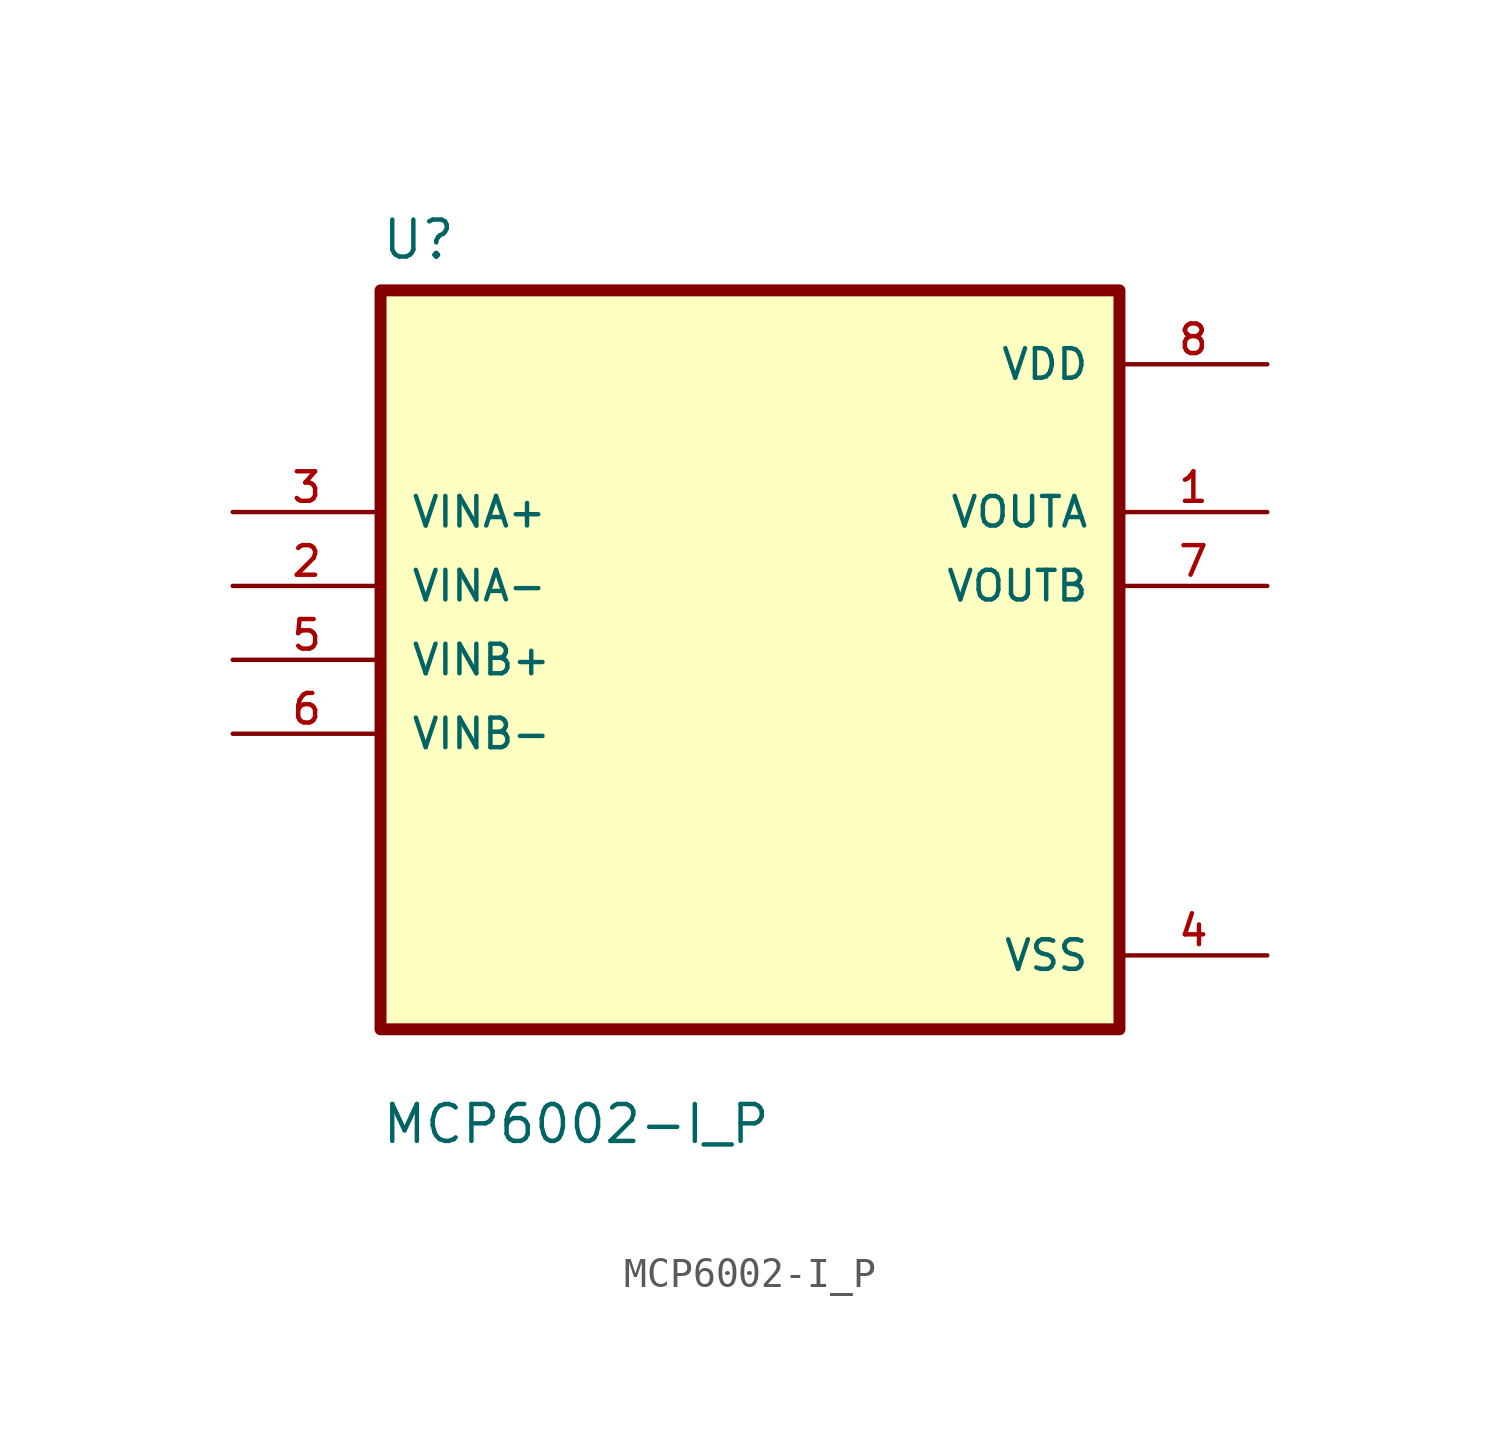
<source format=kicad_sym>
(kicad_symbol_lib
  (version 20211014)
  (generator kicad_symbol_editor)
  (symbol "MCP6002-I_P"
    (pin_names
      (offset 1.016))
    (property "Reference" "U"
      (at -12.7 13.7 0.0)
      (effects (font (size 1.27 1.27)) (justify bottom left)))
    (property "Value" "MCP6002-I_P"
      (at -12.7 -16.7 0.0)
      (effects (font (size 1.27 1.27)) (justify bottom left)))
    (symbol "MCP6002-I_P_0_0"
      (rectangle (start -12.7 -12.7) (end 12.7 12.7) (stroke (width 0.41)) (fill (type background)))
      (pin input line (at -17.78 5.08 0) (length 5.08) (name "VINA+" (effects (font (size 1.016 1.016)))) (number "3" (effects (font (size 1.016 1.016)))))
      (pin input line (at -17.78 2.54 0) (length 5.08) (name "VINA-" (effects (font (size 1.016 1.016)))) (number "2" (effects (font (size 1.016 1.016)))))
      (pin input line (at -17.78 -8.88178e-16 0) (length 5.08) (name "VINB+" (effects (font (size 1.016 1.016)))) (number "5" (effects (font (size 1.016 1.016)))))
      (pin input line (at -17.78 -2.54 0) (length 5.08) (name "VINB-" (effects (font (size 1.016 1.016)))) (number "6" (effects (font (size 1.016 1.016)))))
      (pin power_in line (at 17.78 10.16 180.0) (length 5.08) (name "VDD" (effects (font (size 1.016 1.016)))) (number "8" (effects (font (size 1.016 1.016)))))
      (pin output line (at 17.78 5.08 180.0) (length 5.08) (name "VOUTA" (effects (font (size 1.016 1.016)))) (number "1" (effects (font (size 1.016 1.016)))))
      (pin output line (at 17.78 2.54 180.0) (length 5.08) (name "VOUTB" (effects (font (size 1.016 1.016)))) (number "7" (effects (font (size 1.016 1.016)))))
      (pin power_in line (at 17.78 -10.16 180.0) (length 5.08) (name "VSS" (effects (font (size 1.016 1.016)))) (number "4" (effects (font (size 1.016 1.016))))))))
</source>
